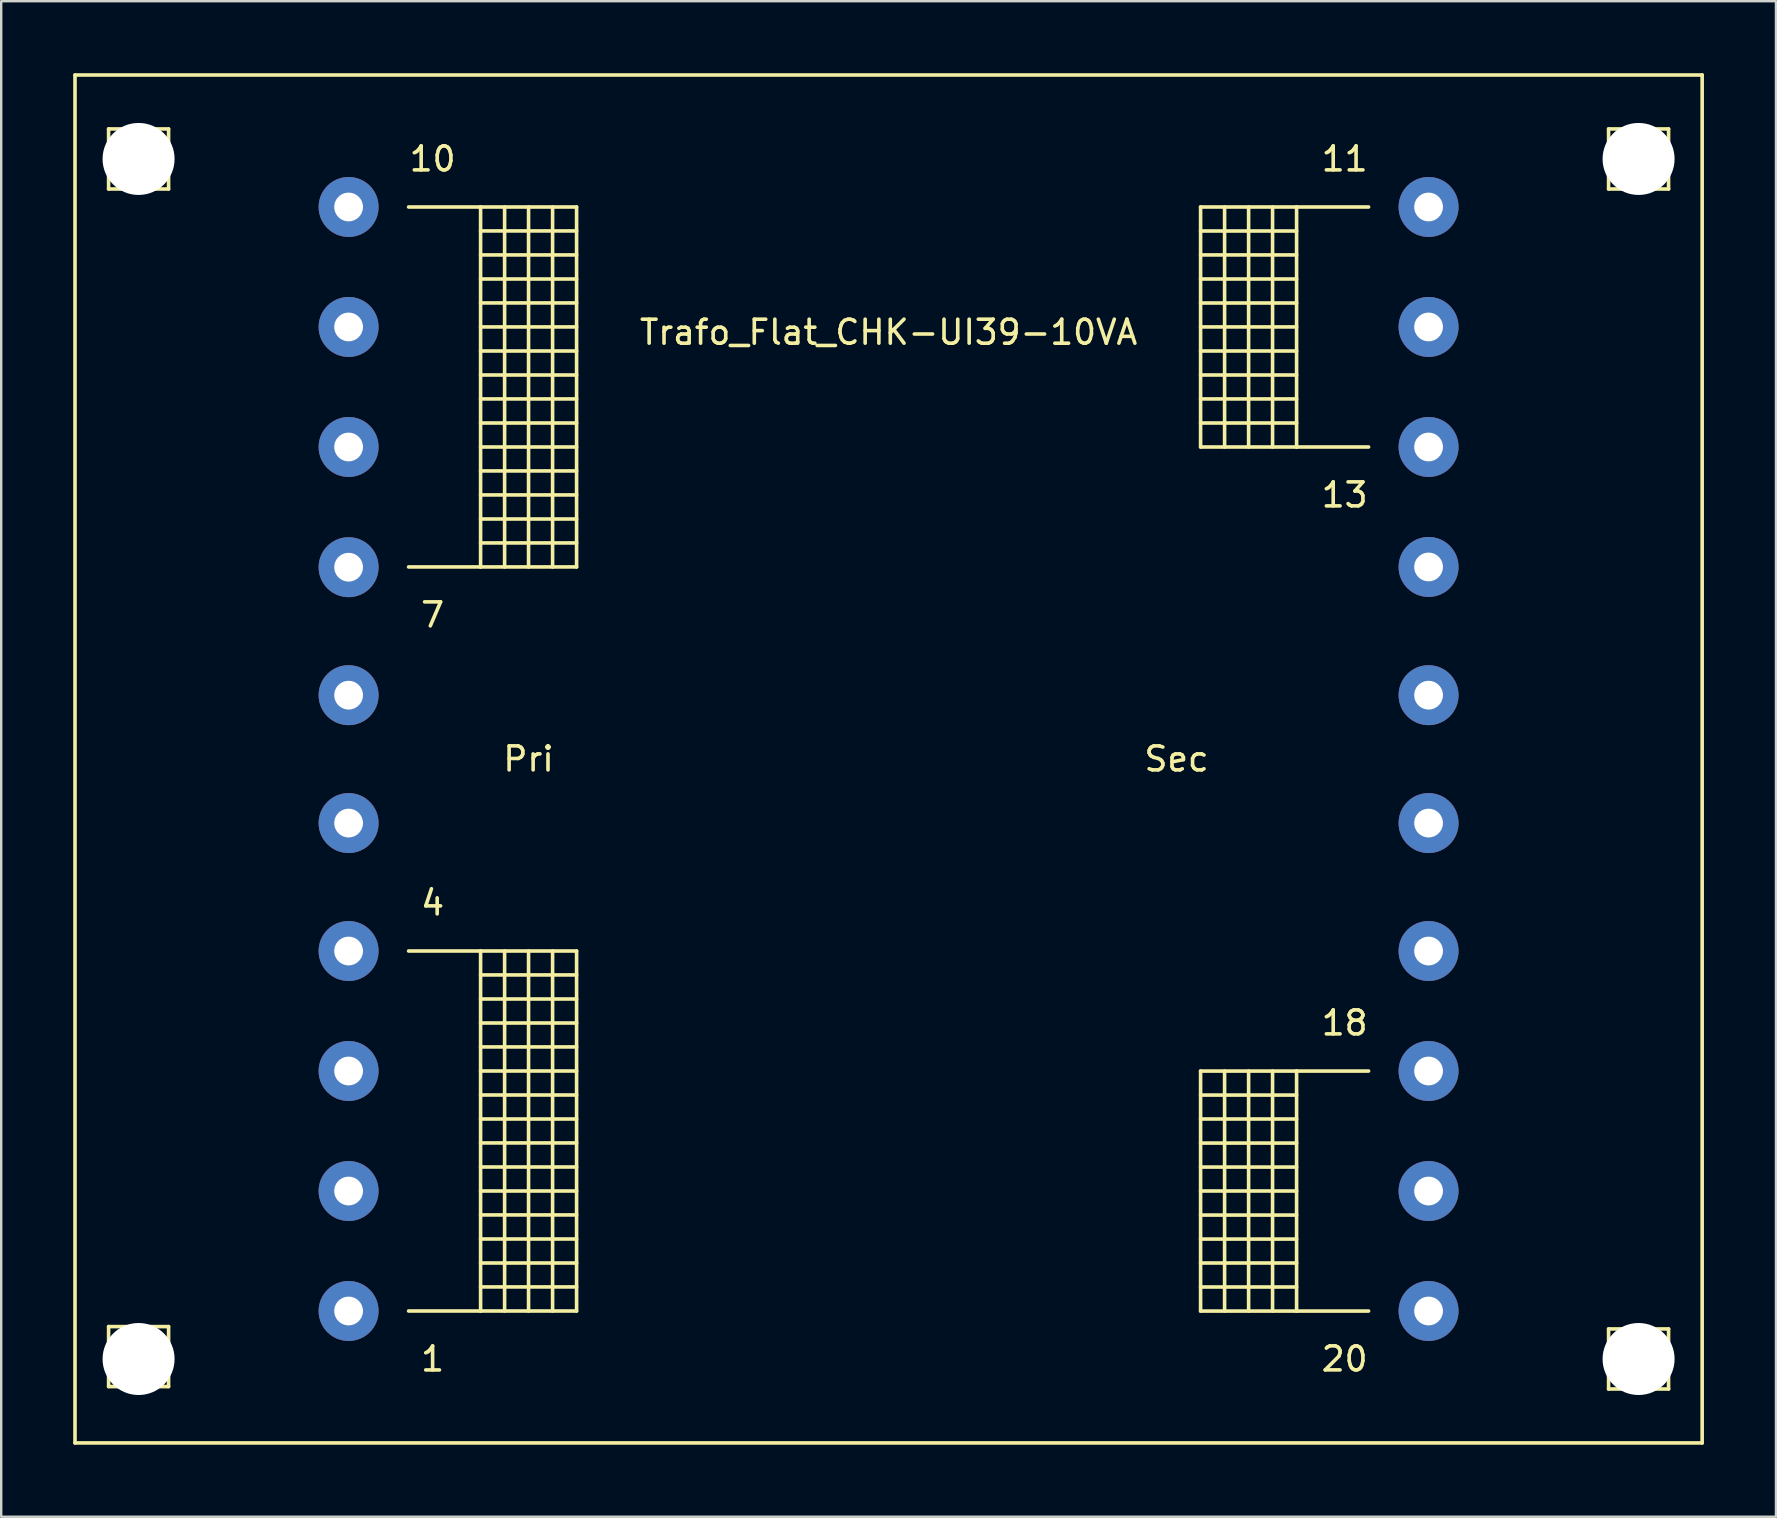
<source format=kicad_pcb>
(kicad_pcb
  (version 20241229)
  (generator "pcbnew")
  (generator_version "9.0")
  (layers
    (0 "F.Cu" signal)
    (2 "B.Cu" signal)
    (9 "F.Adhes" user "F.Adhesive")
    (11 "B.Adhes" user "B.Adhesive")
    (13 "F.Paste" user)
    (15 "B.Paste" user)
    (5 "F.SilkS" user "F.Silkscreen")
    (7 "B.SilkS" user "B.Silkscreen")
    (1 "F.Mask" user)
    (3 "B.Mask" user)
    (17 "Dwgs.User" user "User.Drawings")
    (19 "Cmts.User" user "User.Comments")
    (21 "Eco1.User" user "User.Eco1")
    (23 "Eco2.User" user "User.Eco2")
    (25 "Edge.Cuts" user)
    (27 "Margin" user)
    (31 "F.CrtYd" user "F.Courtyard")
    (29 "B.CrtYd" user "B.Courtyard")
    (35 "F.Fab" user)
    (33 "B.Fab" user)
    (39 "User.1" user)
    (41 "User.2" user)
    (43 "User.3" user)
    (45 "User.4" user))
  (footprint "Trafo_Flat_CHK-UI39-10VA"
    (layer "F.Cu")
    (at 33.974 28.574)
    (property "Reference" "Trafo_Flat_CHK-UI39-10VA" (at 0 -17.78 0) (layer "F.SilkS") (effects (font (size 1 1) (thickness 0.15))))
    (attr through_hole)
    (fp_line (start -33.899 -28.499) (end -33.899 28.499) (stroke (width 0.15) (type solid)) (layer "F.SilkS"))
    (fp_line (start -33.899 28.499) (end 33.899 28.499) (stroke (width 0.15) (type solid)) (layer "F.SilkS"))
    (fp_line (start -32.499 -26.251) (end -32.499 -23.749) (stroke (width 0.15) (type solid)) (layer "F.SilkS"))
    (fp_line (start -32.499 -23.749) (end -30 -23.749) (stroke (width 0.15) (type solid)) (layer "F.SilkS"))
    (fp_line (start -32.499 23.65) (end -32.499 26.149) (stroke (width 0.15) (type solid)) (layer "F.SilkS"))
    (fp_line (start -32.499 26.149) (end -30 26.149) (stroke (width 0.15) (type solid)) (layer "F.SilkS"))
    (fp_line (start -31.25 -26.251) (end -32.499 -26.251) (stroke (width 0.15) (type solid)) (layer "F.SilkS"))
    (fp_line (start -31.25 23.65) (end -32.499 23.65) (stroke (width 0.15) (type solid)) (layer "F.SilkS"))
    (fp_line (start -30 -26.251) (end -31.25 -26.251) (stroke (width 0.15) (type solid)) (layer "F.SilkS"))
    (fp_line (start -30 -23.749) (end -30 -26.251) (stroke (width 0.15) (type solid)) (layer "F.SilkS"))
    (fp_line (start -30 23.65) (end -31.25 23.65) (stroke (width 0.15) (type solid)) (layer "F.SilkS"))
    (fp_line (start -30 26.149) (end -30 23.65) (stroke (width 0.15) (type solid)) (layer "F.SilkS"))
    (fp_line (start -20 -23) (end -17 -23) (stroke (width 0.15) (type solid)) (layer "F.SilkS"))
    (fp_line (start -20 8.001) (end -17 8.001) (stroke (width 0.15) (type solid)) (layer "F.SilkS"))
    (fp_line (start -17 -23) (end -17 -8.001) (stroke (width 0.15) (type solid)) (layer "F.SilkS"))
    (fp_line (start -17 -23) (end -13 -23) (stroke (width 0.15) (type solid)) (layer "F.SilkS"))
    (fp_line (start -17 -22.001) (end -13 -22.001) (stroke (width 0.15) (type solid)) (layer "F.SilkS"))
    (fp_line (start -17 -21.001) (end -13 -21.001) (stroke (width 0.15) (type solid)) (layer "F.SilkS"))
    (fp_line (start -17 -20) (end -13 -20) (stroke (width 0.15) (type solid)) (layer "F.SilkS"))
    (fp_line (start -17 -19.002) (end -13 -19.002) (stroke (width 0.15) (type solid)) (layer "F.SilkS"))
    (fp_line (start -17 -18.001) (end -13 -18.001) (stroke (width 0.15) (type solid)) (layer "F.SilkS"))
    (fp_line (start -17 -17) (end -13 -17) (stroke (width 0.15) (type solid)) (layer "F.SilkS"))
    (fp_line (start -17 -15.999) (end -13 -15.999) (stroke (width 0.15) (type solid)) (layer "F.SilkS"))
    (fp_line (start -17 -15.001) (end -13 -15.001) (stroke (width 0.15) (type solid)) (layer "F.SilkS"))
    (fp_line (start -17 -14) (end -13 -14) (stroke (width 0.15) (type solid)) (layer "F.SilkS"))
    (fp_line (start -17 -13) (end -13 -13) (stroke (width 0.15) (type solid)) (layer "F.SilkS"))
    (fp_line (start -17 -12.002) (end -13 -12.002) (stroke (width 0.15) (type solid)) (layer "F.SilkS"))
    (fp_line (start -17 -11.001) (end -13 -11.001) (stroke (width 0.15) (type solid)) (layer "F.SilkS"))
    (fp_line (start -17 -10) (end -13 -10) (stroke (width 0.15) (type solid)) (layer "F.SilkS"))
    (fp_line (start -17 -9.002) (end -13 -9.002) (stroke (width 0.15) (type solid)) (layer "F.SilkS"))
    (fp_line (start -17 -8.001) (end -20 -8.001) (stroke (width 0.15) (type solid)) (layer "F.SilkS"))
    (fp_line (start -17 8.001) (end -17 23) (stroke (width 0.15) (type solid)) (layer "F.SilkS"))
    (fp_line (start -17 8.001) (end -13 8.001) (stroke (width 0.15) (type solid)) (layer "F.SilkS"))
    (fp_line (start -17 8.999) (end -13 8.999) (stroke (width 0.15) (type solid)) (layer "F.SilkS"))
    (fp_line (start -17 10) (end -13 10) (stroke (width 0.15) (type solid)) (layer "F.SilkS"))
    (fp_line (start -17 11.001) (end -13 11.001) (stroke (width 0.15) (type solid)) (layer "F.SilkS"))
    (fp_line (start -17 11.999) (end -13 11.999) (stroke (width 0.15) (type solid)) (layer "F.SilkS"))
    (fp_line (start -17 13) (end -13 13) (stroke (width 0.15) (type solid)) (layer "F.SilkS"))
    (fp_line (start -17 14) (end -13 14) (stroke (width 0.15) (type solid)) (layer "F.SilkS"))
    (fp_line (start -17 15.001) (end -13 15.001) (stroke (width 0.15) (type solid)) (layer "F.SilkS"))
    (fp_line (start -17 15.999) (end -13 15.999) (stroke (width 0.15) (type solid)) (layer "F.SilkS"))
    (fp_line (start -17 17) (end -13 17) (stroke (width 0.15) (type solid)) (layer "F.SilkS"))
    (fp_line (start -17 18.001) (end -13 18.001) (stroke (width 0.15) (type solid)) (layer "F.SilkS"))
    (fp_line (start -17 18.999) (end -13 18.999) (stroke (width 0.15) (type solid)) (layer "F.SilkS"))
    (fp_line (start -17 20) (end -13 20) (stroke (width 0.15) (type solid)) (layer "F.SilkS"))
    (fp_line (start -17 21.001) (end -13 21.001) (stroke (width 0.15) (type solid)) (layer "F.SilkS"))
    (fp_line (start -17 21.999) (end -13 21.999) (stroke (width 0.15) (type solid)) (layer "F.SilkS"))
    (fp_line (start -17 23) (end -20 23) (stroke (width 0.15) (type solid)) (layer "F.SilkS"))
    (fp_line (start -15.999 -23) (end -15.999 -8.001) (stroke (width 0.15) (type solid)) (layer "F.SilkS"))
    (fp_line (start -15.999 8.001) (end -15.999 23) (stroke (width 0.15) (type solid)) (layer "F.SilkS"))
    (fp_line (start -15.001 -8.001) (end -15.001 -23) (stroke (width 0.15) (type solid)) (layer "F.SilkS"))
    (fp_line (start -15.001 23) (end -15.001 8.001) (stroke (width 0.15) (type solid)) (layer "F.SilkS"))
    (fp_line (start -14 -23) (end -14 -8.001) (stroke (width 0.15) (type solid)) (layer "F.SilkS"))
    (fp_line (start -14 8.001) (end -14 23) (stroke (width 0.15) (type solid)) (layer "F.SilkS"))
    (fp_line (start -13 -23) (end -13 -8.001) (stroke (width 0.15) (type solid)) (layer "F.SilkS"))
    (fp_line (start -13 -8.001) (end -17 -8.001) (stroke (width 0.15) (type solid)) (layer "F.SilkS"))
    (fp_line (start -13 8.001) (end -13 23) (stroke (width 0.15) (type solid)) (layer "F.SilkS"))
    (fp_line (start -13 23) (end -17 23) (stroke (width 0.15) (type solid)) (layer "F.SilkS"))
    (fp_line (start 13 -23) (end 13 -13) (stroke (width 0.15) (type solid)) (layer "F.SilkS"))
    (fp_line (start 13 -21.999) (end 17 -21.999) (stroke (width 0.15) (type solid)) (layer "F.SilkS"))
    (fp_line (start 13 -21.001) (end 17 -21.001) (stroke (width 0.15) (type solid)) (layer "F.SilkS"))
    (fp_line (start 13 -20) (end 17 -20) (stroke (width 0.15) (type solid)) (layer "F.SilkS"))
    (fp_line (start 13 -18.999) (end 17 -18.999) (stroke (width 0.15) (type solid)) (layer "F.SilkS"))
    (fp_line (start 13 -18.001) (end 17 -18.001) (stroke (width 0.15) (type solid)) (layer "F.SilkS"))
    (fp_line (start 13 -17) (end 17 -17) (stroke (width 0.15) (type solid)) (layer "F.SilkS"))
    (fp_line (start 13 -15.999) (end 17 -15.999) (stroke (width 0.15) (type solid)) (layer "F.SilkS"))
    (fp_line (start 13 -15.001) (end 17 -15.001) (stroke (width 0.15) (type solid)) (layer "F.SilkS"))
    (fp_line (start 13 -14) (end 17 -14) (stroke (width 0.15) (type solid)) (layer "F.SilkS"))
    (fp_line (start 13 -13) (end 17 -13) (stroke (width 0.15) (type solid)) (layer "F.SilkS"))
    (fp_line (start 13 13.002) (end 13 23.002) (stroke (width 0.15) (type solid)) (layer "F.SilkS"))
    (fp_line (start 13 14.003) (end 17 14.003) (stroke (width 0.15) (type solid)) (layer "F.SilkS"))
    (fp_line (start 13 15.001) (end 17 15.001) (stroke (width 0.15) (type solid)) (layer "F.SilkS"))
    (fp_line (start 13 16.002) (end 17 16.002) (stroke (width 0.15) (type solid)) (layer "F.SilkS"))
    (fp_line (start 13 17.003) (end 17 17.003) (stroke (width 0.15) (type solid)) (layer "F.SilkS"))
    (fp_line (start 13 18.001) (end 17 18.001) (stroke (width 0.15) (type solid)) (layer "F.SilkS"))
    (fp_line (start 13 19.002) (end 17 19.002) (stroke (width 0.15) (type solid)) (layer "F.SilkS"))
    (fp_line (start 13 20.003) (end 17 20.003) (stroke (width 0.15) (type solid)) (layer "F.SilkS"))
    (fp_line (start 13 21.001) (end 17 21.001) (stroke (width 0.15) (type solid)) (layer "F.SilkS"))
    (fp_line (start 13 22.001) (end 17 22.001) (stroke (width 0.15) (type solid)) (layer "F.SilkS"))
    (fp_line (start 13 23.002) (end 17 23.002) (stroke (width 0.15) (type solid)) (layer "F.SilkS"))
    (fp_line (start 14 -23) (end 14 -13) (stroke (width 0.15) (type solid)) (layer "F.SilkS"))
    (fp_line (start 14 13.002) (end 14 23.002) (stroke (width 0.15) (type solid)) (layer "F.SilkS"))
    (fp_line (start 15.001 -13) (end 15.001 -23) (stroke (width 0.15) (type solid)) (layer "F.SilkS"))
    (fp_line (start 15.001 23.002) (end 15.001 13.002) (stroke (width 0.15) (type solid)) (layer "F.SilkS"))
    (fp_line (start 15.999 -23) (end 15.999 -13) (stroke (width 0.15) (type solid)) (layer "F.SilkS"))
    (fp_line (start 15.999 13.002) (end 15.999 23.002) (stroke (width 0.15) (type solid)) (layer "F.SilkS"))
    (fp_line (start 17 -23) (end 13 -23) (stroke (width 0.15) (type solid)) (layer "F.SilkS"))
    (fp_line (start 17 -23) (end 17 -13) (stroke (width 0.15) (type solid)) (layer "F.SilkS"))
    (fp_line (start 17 -13) (end 20 -13) (stroke (width 0.15) (type solid)) (layer "F.SilkS"))
    (fp_line (start 17 13.002) (end 13 13.002) (stroke (width 0.15) (type solid)) (layer "F.SilkS"))
    (fp_line (start 17 13.002) (end 17 23.002) (stroke (width 0.15) (type solid)) (layer "F.SilkS"))
    (fp_line (start 17 23.002) (end 20 23.002) (stroke (width 0.15) (type solid)) (layer "F.SilkS"))
    (fp_line (start 20 -23) (end 17 -23) (stroke (width 0.15) (type solid)) (layer "F.SilkS"))
    (fp_line (start 20 13.002) (end 17 13.002) (stroke (width 0.15) (type solid)) (layer "F.SilkS"))
    (fp_line (start 30 -26.251) (end 30 -23.749) (stroke (width 0.15) (type solid)) (layer "F.SilkS"))
    (fp_line (start 30 -23.749) (end 32.499 -23.749) (stroke (width 0.15) (type solid)) (layer "F.SilkS"))
    (fp_line (start 30 23.749) (end 30 26.251) (stroke (width 0.15) (type solid)) (layer "F.SilkS"))
    (fp_line (start 30 26.251) (end 32.499 26.251) (stroke (width 0.15) (type solid)) (layer "F.SilkS"))
    (fp_line (start 31.25 -26.251) (end 30 -26.251) (stroke (width 0.15) (type solid)) (layer "F.SilkS"))
    (fp_line (start 31.25 23.749) (end 30 23.749) (stroke (width 0.15) (type solid)) (layer "F.SilkS"))
    (fp_line (start 32.499 -26.251) (end 31.25 -26.251) (stroke (width 0.15) (type solid)) (layer "F.SilkS"))
    (fp_line (start 32.499 -23.749) (end 32.499 -26.251) (stroke (width 0.15) (type solid)) (layer "F.SilkS"))
    (fp_line (start 32.499 23.749) (end 31.25 23.749) (stroke (width 0.15) (type solid)) (layer "F.SilkS"))
    (fp_line (start 32.499 26.251) (end 32.499 23.749) (stroke (width 0.15) (type solid)) (layer "F.SilkS"))
    (fp_line (start 33.899 -28.499) (end -33.899 -28.499) (stroke (width 0.15) (type solid)) (layer "F.SilkS"))
    (fp_line (start 33.899 28.499) (end 33.899 -28.499) (stroke (width 0.15) (type solid)) (layer "F.SilkS"))
    (fp_text user "Sec" (at 11.999 0 0) (layer "F.SilkS") (effects (font (size 1 1) (thickness 0.15))))
    (fp_text user "18" (at 19.002 10.998 0) (layer "F.SilkS") (effects (font (size 1 1) (thickness 0.15))))
    (fp_text user "4" (at -18.999 5.999 0) (layer "F.SilkS") (effects (font (size 1 1) (thickness 0.15))))
    (fp_text user "7" (at -18.999 -6.002 0) (layer "F.SilkS") (effects (font (size 1 1) (thickness 0.15))))
    (fp_text user "11" (at 19.002 -25.001 0) (layer "F.SilkS") (effects (font (size 1 1) (thickness 0.15))))
    (fp_text user "20" (at 19.002 24.999 0) (layer "F.SilkS") (effects (font (size 1 1) (thickness 0.15))))
    (fp_text user "Pri" (at -15.001 0 0) (layer "F.SilkS") (effects (font (size 1 1) (thickness 0.15))))
    (fp_text user "10" (at -18.999 -25.001 0) (layer "F.SilkS") (effects (font (size 1 1) (thickness 0.15))))
    (fp_text user "1" (at -18.999 25.001 0) (layer "F.SilkS") (effects (font (size 1 1) (thickness 0.15))))
    (fp_text user "13" (at 19.002 -11.001 0) (layer "F.SilkS") (effects (font (size 1 1) (thickness 0.15))))
    (pad "" np_thru_hole circle (at -31.25 -25.001) (size 3 3) (drill 3) (layers "*.Cu" "*.Mask"))
    (pad "" np_thru_hole circle (at -31.25 25.001) (size 3 3) (drill 3) (layers "*.Cu" "*.Mask"))
    (pad "" np_thru_hole circle (at 31.25 -25.001) (size 3 3) (drill 3) (layers "*.Cu" "*.Mask"))
    (pad "" np_thru_hole circle (at 31.25 25.001) (size 3 3) (drill 3) (layers "*.Cu" "*.Mask"))
    (pad "1" thru_hole circle (at -22.499 23) (size 2.499 2.499) (drill 1.199) (layers "*.Cu" "*.Mask"))
    (pad "2" thru_hole circle (at -22.499 18.001) (size 2.499 2.499) (drill 1.199) (layers "*.Cu" "*.Mask"))
    (pad "3" thru_hole circle (at -22.499 13) (size 2.499 2.499) (drill 1.199) (layers "*.Cu" "*.Mask"))
    (pad "4" thru_hole circle (at -22.499 8.001) (size 2.499 2.499) (drill 1.199) (layers "*.Cu" "*.Mask"))
    (pad "5" thru_hole circle (at -22.499 2.67) (size 2.499 2.499) (drill 1.199) (layers "*.Cu" "*.Mask"))
    (pad "6" thru_hole circle (at -22.499 -2.659) (size 2.499 2.499) (drill 1.199) (layers "*.Cu" "*.Mask"))
    (pad "7" thru_hole circle (at -22.499 -7.991) (size 2.499 2.499) (drill 1.199) (layers "*.Cu" "*.Mask"))
    (pad "8" thru_hole circle (at -22.499 -13) (size 2.499 2.499) (drill 1.199) (layers "*.Cu" "*.Mask"))
    (pad "9" thru_hole circle (at -22.499 -18.001) (size 2.499 2.499) (drill 1.199) (layers "*.Cu" "*.Mask"))
    (pad "10" thru_hole circle (at -22.499 -23) (size 2.499 2.499) (drill 1.199) (layers "*.Cu" "*.Mask"))
    (pad "11" thru_hole circle (at 22.499 -23) (size 2.499 2.499) (drill 1.199) (layers "*.Cu" "*.Mask"))
    (pad "12" thru_hole circle (at 22.499 -18.001) (size 2.499 2.499) (drill 1.199) (layers "*.Cu" "*.Mask"))
    (pad "13" thru_hole circle (at 22.499 -13) (size 2.499 2.499) (drill 1.199) (layers "*.Cu" "*.Mask"))
    (pad "14" thru_hole circle (at 22.499 -8.001) (size 2.499 2.499) (drill 1.199) (layers "*.Cu" "*.Mask"))
    (pad "15" thru_hole circle (at 22.499 -2.659) (size 2.499 2.499) (drill 1.199) (layers "*.Cu" "*.Mask"))
    (pad "16" thru_hole circle (at 22.499 2.67) (size 2.499 2.499) (drill 1.199) (layers "*.Cu" "*.Mask"))
    (pad "17" thru_hole circle (at 22.499 8.001) (size 2.499 2.499) (drill 1.199) (layers "*.Cu" "*.Mask"))
    (pad "18" thru_hole circle (at 22.499 13) (size 2.499 2.499) (drill 1.199) (layers "*.Cu" "*.Mask"))
    (pad "19" thru_hole circle (at 22.499 18.001) (size 2.499 2.499) (drill 1.199) (layers "*.Cu" "*.Mask"))
    (pad "20" thru_hole circle (at 22.499 23) (size 2.499 2.499) (drill 1.199) (layers "*.Cu" "*.Mask")))
  (gr_rect
    (start -3 -3)
    (end 70.948 60.148)
    (stroke (width 0.1) (type default))
    (fill no)
    (layer "Edge.Cuts")))
</source>
